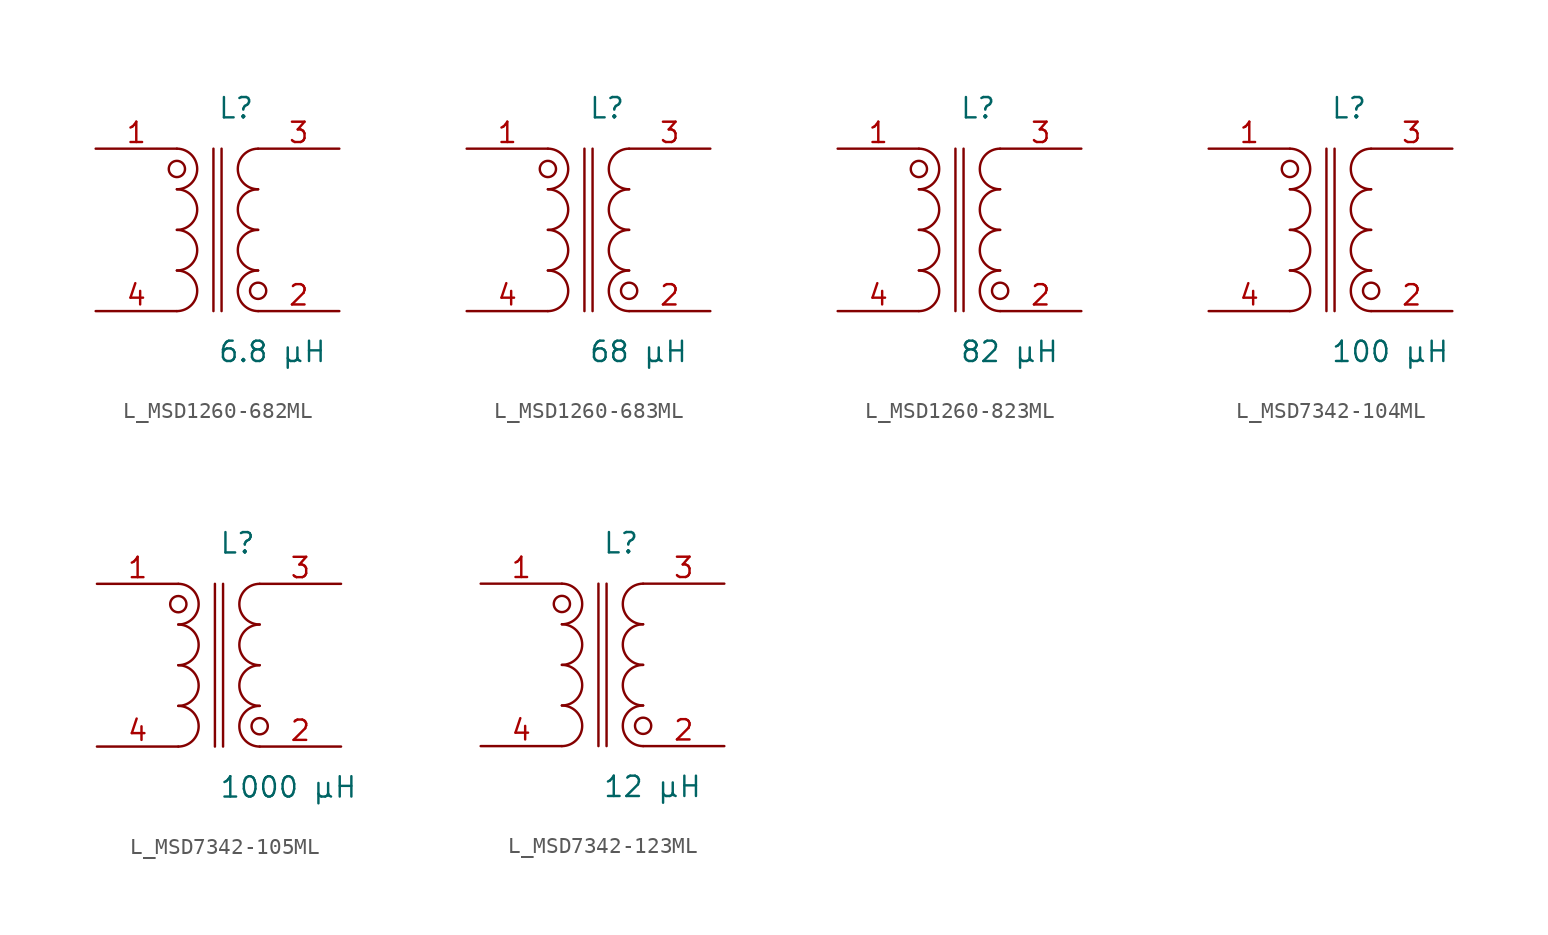
<source format=kicad_sym>
(kicad_symbol_lib
  (version 20231120)
  (generator kicad_symbol_editor)
  (generator_version 8.0)
  (symbol "L_MSD1260-682ML"
    (pin_names
      (offset 0.254))
    (property "Reference" "L"
      (at 0.0 7.62 0)
      (effects (font (size 1.27 1.27)) (justify left)))
    (property "Value" "6.8 µH"
      (at 0.0 -7.62 0)
      (effects (font (size 1.27 1.27)) (justify left)))
    (symbol "L_MSD1260-682ML_1_1"
      (arc (start -2.54 -5.08) (mid -1.27 -3.81) (end -2.54 -2.54) (stroke (width 0) (type default)) (fill (type none)))
      (arc (start -2.54 -2.54) (mid -1.27 -1.27) (end -2.54 0.0) (stroke (width 0) (type default)) (fill (type none)))
      (arc (start -2.54 0.0) (mid -1.27 1.27) (end -2.54 2.54) (stroke (width 0) (type default)) (fill (type none)))
      (arc (start -2.54 2.54) (mid -1.27 3.81) (end -2.54 5.08) (stroke (width 0) (type default)) (fill (type none)))
      (arc (start 2.54 5.08) (mid 1.27 3.81) (end 2.54 2.54) (stroke (width 0) (type default)) (fill (type none)))
      (arc (start 2.54 2.54) (mid 1.27 1.27) (end 2.54 0.0) (stroke (width 0) (type default)) (fill (type none)))
      (arc (start 2.54 0.0) (mid 1.27 -1.27) (end 2.54 -2.54) (stroke (width 0) (type default)) (fill (type none)))
      (arc (start 2.54 -2.54) (mid 1.27 -3.81) (end 2.54 -5.08) (stroke (width 0) (type default)) (fill (type none)))
      (circle (center -2.54 3.81) (radius 0.508) (stroke (width 0) (type default)) (fill (type none)))
      (circle (center 2.54 -3.81) (radius 0.508) (stroke (width 0) (type default)) (fill (type none)))
      (polyline (pts (xy -0.254 5.08) (xy -0.254 -5.08)) (stroke (width 0) (type default)) (fill (type none)))
      (polyline (pts (xy 0.254 5.08) (xy 0.254 -5.08)) (stroke (width 0) (type default)) (fill (type none)))
      (pin unspecified line (at -7.62 5.08 0) (length 5.08) (name "" (effects (font (size 1.27 1.27)))) (number "1" (effects (font (size 1.27 1.27)))))
      (pin unspecified line (at -7.62 -5.08 0) (length 5.08) (name "" (effects (font (size 1.27 1.27)))) (number "4" (effects (font (size 1.27 1.27)))))
      (pin unspecified line (at 7.62 5.08 180) (length 5.08) (name "" (effects (font (size 1.27 1.27)))) (number "3" (effects (font (size 1.27 1.27)))))
      (pin unspecified line (at 7.62 -5.08 180) (length 5.08) (name "" (effects (font (size 1.27 1.27)))) (number "2" (effects (font (size 1.27 1.27)))))))
  (symbol "L_MSD1260-683ML"
    (pin_names
      (offset 0.254))
    (property "Reference" "L"
      (at 0.0 7.62 0)
      (effects (font (size 1.27 1.27)) (justify left)))
    (property "Value" "68 µH"
      (at 0.0 -7.62 0)
      (effects (font (size 1.27 1.27)) (justify left)))
    (symbol "L_MSD1260-683ML_1_1"
      (arc (start -2.54 -5.08) (mid -1.27 -3.81) (end -2.54 -2.54) (stroke (width 0) (type default)) (fill (type none)))
      (arc (start -2.54 -2.54) (mid -1.27 -1.27) (end -2.54 0.0) (stroke (width 0) (type default)) (fill (type none)))
      (arc (start -2.54 0.0) (mid -1.27 1.27) (end -2.54 2.54) (stroke (width 0) (type default)) (fill (type none)))
      (arc (start -2.54 2.54) (mid -1.27 3.81) (end -2.54 5.08) (stroke (width 0) (type default)) (fill (type none)))
      (arc (start 2.54 5.08) (mid 1.27 3.81) (end 2.54 2.54) (stroke (width 0) (type default)) (fill (type none)))
      (arc (start 2.54 2.54) (mid 1.27 1.27) (end 2.54 0.0) (stroke (width 0) (type default)) (fill (type none)))
      (arc (start 2.54 0.0) (mid 1.27 -1.27) (end 2.54 -2.54) (stroke (width 0) (type default)) (fill (type none)))
      (arc (start 2.54 -2.54) (mid 1.27 -3.81) (end 2.54 -5.08) (stroke (width 0) (type default)) (fill (type none)))
      (circle (center -2.54 3.81) (radius 0.508) (stroke (width 0) (type default)) (fill (type none)))
      (circle (center 2.54 -3.81) (radius 0.508) (stroke (width 0) (type default)) (fill (type none)))
      (polyline (pts (xy -0.254 5.08) (xy -0.254 -5.08)) (stroke (width 0) (type default)) (fill (type none)))
      (polyline (pts (xy 0.254 5.08) (xy 0.254 -5.08)) (stroke (width 0) (type default)) (fill (type none)))
      (pin unspecified line (at -7.62 5.08 0) (length 5.08) (name "" (effects (font (size 1.27 1.27)))) (number "1" (effects (font (size 1.27 1.27)))))
      (pin unspecified line (at -7.62 -5.08 0) (length 5.08) (name "" (effects (font (size 1.27 1.27)))) (number "4" (effects (font (size 1.27 1.27)))))
      (pin unspecified line (at 7.62 5.08 180) (length 5.08) (name "" (effects (font (size 1.27 1.27)))) (number "3" (effects (font (size 1.27 1.27)))))
      (pin unspecified line (at 7.62 -5.08 180) (length 5.08) (name "" (effects (font (size 1.27 1.27)))) (number "2" (effects (font (size 1.27 1.27)))))))
  (symbol "L_MSD1260-823ML"
    (pin_names
      (offset 0.254))
    (property "Reference" "L"
      (at 0.0 7.62 0)
      (effects (font (size 1.27 1.27)) (justify left)))
    (property "Value" "82 µH"
      (at 0.0 -7.62 0)
      (effects (font (size 1.27 1.27)) (justify left)))
    (symbol "L_MSD1260-823ML_1_1"
      (arc (start -2.54 -5.08) (mid -1.27 -3.81) (end -2.54 -2.54) (stroke (width 0) (type default)) (fill (type none)))
      (arc (start -2.54 -2.54) (mid -1.27 -1.27) (end -2.54 0.0) (stroke (width 0) (type default)) (fill (type none)))
      (arc (start -2.54 0.0) (mid -1.27 1.27) (end -2.54 2.54) (stroke (width 0) (type default)) (fill (type none)))
      (arc (start -2.54 2.54) (mid -1.27 3.81) (end -2.54 5.08) (stroke (width 0) (type default)) (fill (type none)))
      (arc (start 2.54 5.08) (mid 1.27 3.81) (end 2.54 2.54) (stroke (width 0) (type default)) (fill (type none)))
      (arc (start 2.54 2.54) (mid 1.27 1.27) (end 2.54 0.0) (stroke (width 0) (type default)) (fill (type none)))
      (arc (start 2.54 0.0) (mid 1.27 -1.27) (end 2.54 -2.54) (stroke (width 0) (type default)) (fill (type none)))
      (arc (start 2.54 -2.54) (mid 1.27 -3.81) (end 2.54 -5.08) (stroke (width 0) (type default)) (fill (type none)))
      (circle (center -2.54 3.81) (radius 0.508) (stroke (width 0) (type default)) (fill (type none)))
      (circle (center 2.54 -3.81) (radius 0.508) (stroke (width 0) (type default)) (fill (type none)))
      (polyline (pts (xy -0.254 5.08) (xy -0.254 -5.08)) (stroke (width 0) (type default)) (fill (type none)))
      (polyline (pts (xy 0.254 5.08) (xy 0.254 -5.08)) (stroke (width 0) (type default)) (fill (type none)))
      (pin unspecified line (at -7.62 5.08 0) (length 5.08) (name "" (effects (font (size 1.27 1.27)))) (number "1" (effects (font (size 1.27 1.27)))))
      (pin unspecified line (at -7.62 -5.08 0) (length 5.08) (name "" (effects (font (size 1.27 1.27)))) (number "4" (effects (font (size 1.27 1.27)))))
      (pin unspecified line (at 7.62 5.08 180) (length 5.08) (name "" (effects (font (size 1.27 1.27)))) (number "3" (effects (font (size 1.27 1.27)))))
      (pin unspecified line (at 7.62 -5.08 180) (length 5.08) (name "" (effects (font (size 1.27 1.27)))) (number "2" (effects (font (size 1.27 1.27)))))))
  (symbol "L_MSD7342-104ML"
    (pin_names
      (offset 0.254))
    (property "Reference" "L"
      (at 0.0 7.62 0)
      (effects (font (size 1.27 1.27)) (justify left)))
    (property "Value" "100 µH"
      (at 0.0 -7.62 0)
      (effects (font (size 1.27 1.27)) (justify left)))
    (symbol "L_MSD7342-104ML_1_1"
      (arc (start -2.54 -5.08) (mid -1.27 -3.81) (end -2.54 -2.54) (stroke (width 0) (type default)) (fill (type none)))
      (arc (start -2.54 -2.54) (mid -1.27 -1.27) (end -2.54 0.0) (stroke (width 0) (type default)) (fill (type none)))
      (arc (start -2.54 0.0) (mid -1.27 1.27) (end -2.54 2.54) (stroke (width 0) (type default)) (fill (type none)))
      (arc (start -2.54 2.54) (mid -1.27 3.81) (end -2.54 5.08) (stroke (width 0) (type default)) (fill (type none)))
      (arc (start 2.54 5.08) (mid 1.27 3.81) (end 2.54 2.54) (stroke (width 0) (type default)) (fill (type none)))
      (arc (start 2.54 2.54) (mid 1.27 1.27) (end 2.54 0.0) (stroke (width 0) (type default)) (fill (type none)))
      (arc (start 2.54 0.0) (mid 1.27 -1.27) (end 2.54 -2.54) (stroke (width 0) (type default)) (fill (type none)))
      (arc (start 2.54 -2.54) (mid 1.27 -3.81) (end 2.54 -5.08) (stroke (width 0) (type default)) (fill (type none)))
      (circle (center -2.54 3.81) (radius 0.508) (stroke (width 0) (type default)) (fill (type none)))
      (circle (center 2.54 -3.81) (radius 0.508) (stroke (width 0) (type default)) (fill (type none)))
      (polyline (pts (xy -0.254 5.08) (xy -0.254 -5.08)) (stroke (width 0) (type default)) (fill (type none)))
      (polyline (pts (xy 0.254 5.08) (xy 0.254 -5.08)) (stroke (width 0) (type default)) (fill (type none)))
      (pin unspecified line (at -7.62 5.08 0) (length 5.08) (name "" (effects (font (size 1.27 1.27)))) (number "1" (effects (font (size 1.27 1.27)))))
      (pin unspecified line (at -7.62 -5.08 0) (length 5.08) (name "" (effects (font (size 1.27 1.27)))) (number "4" (effects (font (size 1.27 1.27)))))
      (pin unspecified line (at 7.62 5.08 180) (length 5.08) (name "" (effects (font (size 1.27 1.27)))) (number "3" (effects (font (size 1.27 1.27)))))
      (pin unspecified line (at 7.62 -5.08 180) (length 5.08) (name "" (effects (font (size 1.27 1.27)))) (number "2" (effects (font (size 1.27 1.27)))))))
  (symbol "L_MSD7342-105ML"
    (pin_names
      (offset 0.254))
    (property "Reference" "L"
      (at 0.0 7.62 0)
      (effects (font (size 1.27 1.27)) (justify left)))
    (property "Value" "1000 µH"
      (at 0.0 -7.62 0)
      (effects (font (size 1.27 1.27)) (justify left)))
    (symbol "L_MSD7342-105ML_1_1"
      (arc (start -2.54 -5.08) (mid -1.27 -3.81) (end -2.54 -2.54) (stroke (width 0) (type default)) (fill (type none)))
      (arc (start -2.54 -2.54) (mid -1.27 -1.27) (end -2.54 0.0) (stroke (width 0) (type default)) (fill (type none)))
      (arc (start -2.54 0.0) (mid -1.27 1.27) (end -2.54 2.54) (stroke (width 0) (type default)) (fill (type none)))
      (arc (start -2.54 2.54) (mid -1.27 3.81) (end -2.54 5.08) (stroke (width 0) (type default)) (fill (type none)))
      (arc (start 2.54 5.08) (mid 1.27 3.81) (end 2.54 2.54) (stroke (width 0) (type default)) (fill (type none)))
      (arc (start 2.54 2.54) (mid 1.27 1.27) (end 2.54 0.0) (stroke (width 0) (type default)) (fill (type none)))
      (arc (start 2.54 0.0) (mid 1.27 -1.27) (end 2.54 -2.54) (stroke (width 0) (type default)) (fill (type none)))
      (arc (start 2.54 -2.54) (mid 1.27 -3.81) (end 2.54 -5.08) (stroke (width 0) (type default)) (fill (type none)))
      (circle (center -2.54 3.81) (radius 0.508) (stroke (width 0) (type default)) (fill (type none)))
      (circle (center 2.54 -3.81) (radius 0.508) (stroke (width 0) (type default)) (fill (type none)))
      (polyline (pts (xy -0.254 5.08) (xy -0.254 -5.08)) (stroke (width 0) (type default)) (fill (type none)))
      (polyline (pts (xy 0.254 5.08) (xy 0.254 -5.08)) (stroke (width 0) (type default)) (fill (type none)))
      (pin unspecified line (at -7.62 5.08 0) (length 5.08) (name "" (effects (font (size 1.27 1.27)))) (number "1" (effects (font (size 1.27 1.27)))))
      (pin unspecified line (at -7.62 -5.08 0) (length 5.08) (name "" (effects (font (size 1.27 1.27)))) (number "4" (effects (font (size 1.27 1.27)))))
      (pin unspecified line (at 7.62 5.08 180) (length 5.08) (name "" (effects (font (size 1.27 1.27)))) (number "3" (effects (font (size 1.27 1.27)))))
      (pin unspecified line (at 7.62 -5.08 180) (length 5.08) (name "" (effects (font (size 1.27 1.27)))) (number "2" (effects (font (size 1.27 1.27)))))))
  (symbol "L_MSD7342-123ML"
    (pin_names
      (offset 0.254))
    (property "Reference" "L"
      (at 0.0 7.62 0)
      (effects (font (size 1.27 1.27)) (justify left)))
    (property "Value" "12 µH"
      (at 0.0 -7.62 0)
      (effects (font (size 1.27 1.27)) (justify left)))
    (symbol "L_MSD7342-123ML_1_1"
      (arc (start -2.54 -5.08) (mid -1.27 -3.81) (end -2.54 -2.54) (stroke (width 0) (type default)) (fill (type none)))
      (arc (start -2.54 -2.54) (mid -1.27 -1.27) (end -2.54 0.0) (stroke (width 0) (type default)) (fill (type none)))
      (arc (start -2.54 0.0) (mid -1.27 1.27) (end -2.54 2.54) (stroke (width 0) (type default)) (fill (type none)))
      (arc (start -2.54 2.54) (mid -1.27 3.81) (end -2.54 5.08) (stroke (width 0) (type default)) (fill (type none)))
      (arc (start 2.54 5.08) (mid 1.27 3.81) (end 2.54 2.54) (stroke (width 0) (type default)) (fill (type none)))
      (arc (start 2.54 2.54) (mid 1.27 1.27) (end 2.54 0.0) (stroke (width 0) (type default)) (fill (type none)))
      (arc (start 2.54 0.0) (mid 1.27 -1.27) (end 2.54 -2.54) (stroke (width 0) (type default)) (fill (type none)))
      (arc (start 2.54 -2.54) (mid 1.27 -3.81) (end 2.54 -5.08) (stroke (width 0) (type default)) (fill (type none)))
      (circle (center -2.54 3.81) (radius 0.508) (stroke (width 0) (type default)) (fill (type none)))
      (circle (center 2.54 -3.81) (radius 0.508) (stroke (width 0) (type default)) (fill (type none)))
      (polyline (pts (xy -0.254 5.08) (xy -0.254 -5.08)) (stroke (width 0) (type default)) (fill (type none)))
      (polyline (pts (xy 0.254 5.08) (xy 0.254 -5.08)) (stroke (width 0) (type default)) (fill (type none)))
      (pin unspecified line (at -7.62 5.08 0) (length 5.08) (name "" (effects (font (size 1.27 1.27)))) (number "1" (effects (font (size 1.27 1.27)))))
      (pin unspecified line (at -7.62 -5.08 0) (length 5.08) (name "" (effects (font (size 1.27 1.27)))) (number "4" (effects (font (size 1.27 1.27)))))
      (pin unspecified line (at 7.62 5.08 180) (length 5.08) (name "" (effects (font (size 1.27 1.27)))) (number "3" (effects (font (size 1.27 1.27)))))
      (pin unspecified line (at 7.62 -5.08 180) (length 5.08) (name "" (effects (font (size 1.27 1.27)))) (number "2" (effects (font (size 1.27 1.27))))))))
</source>
